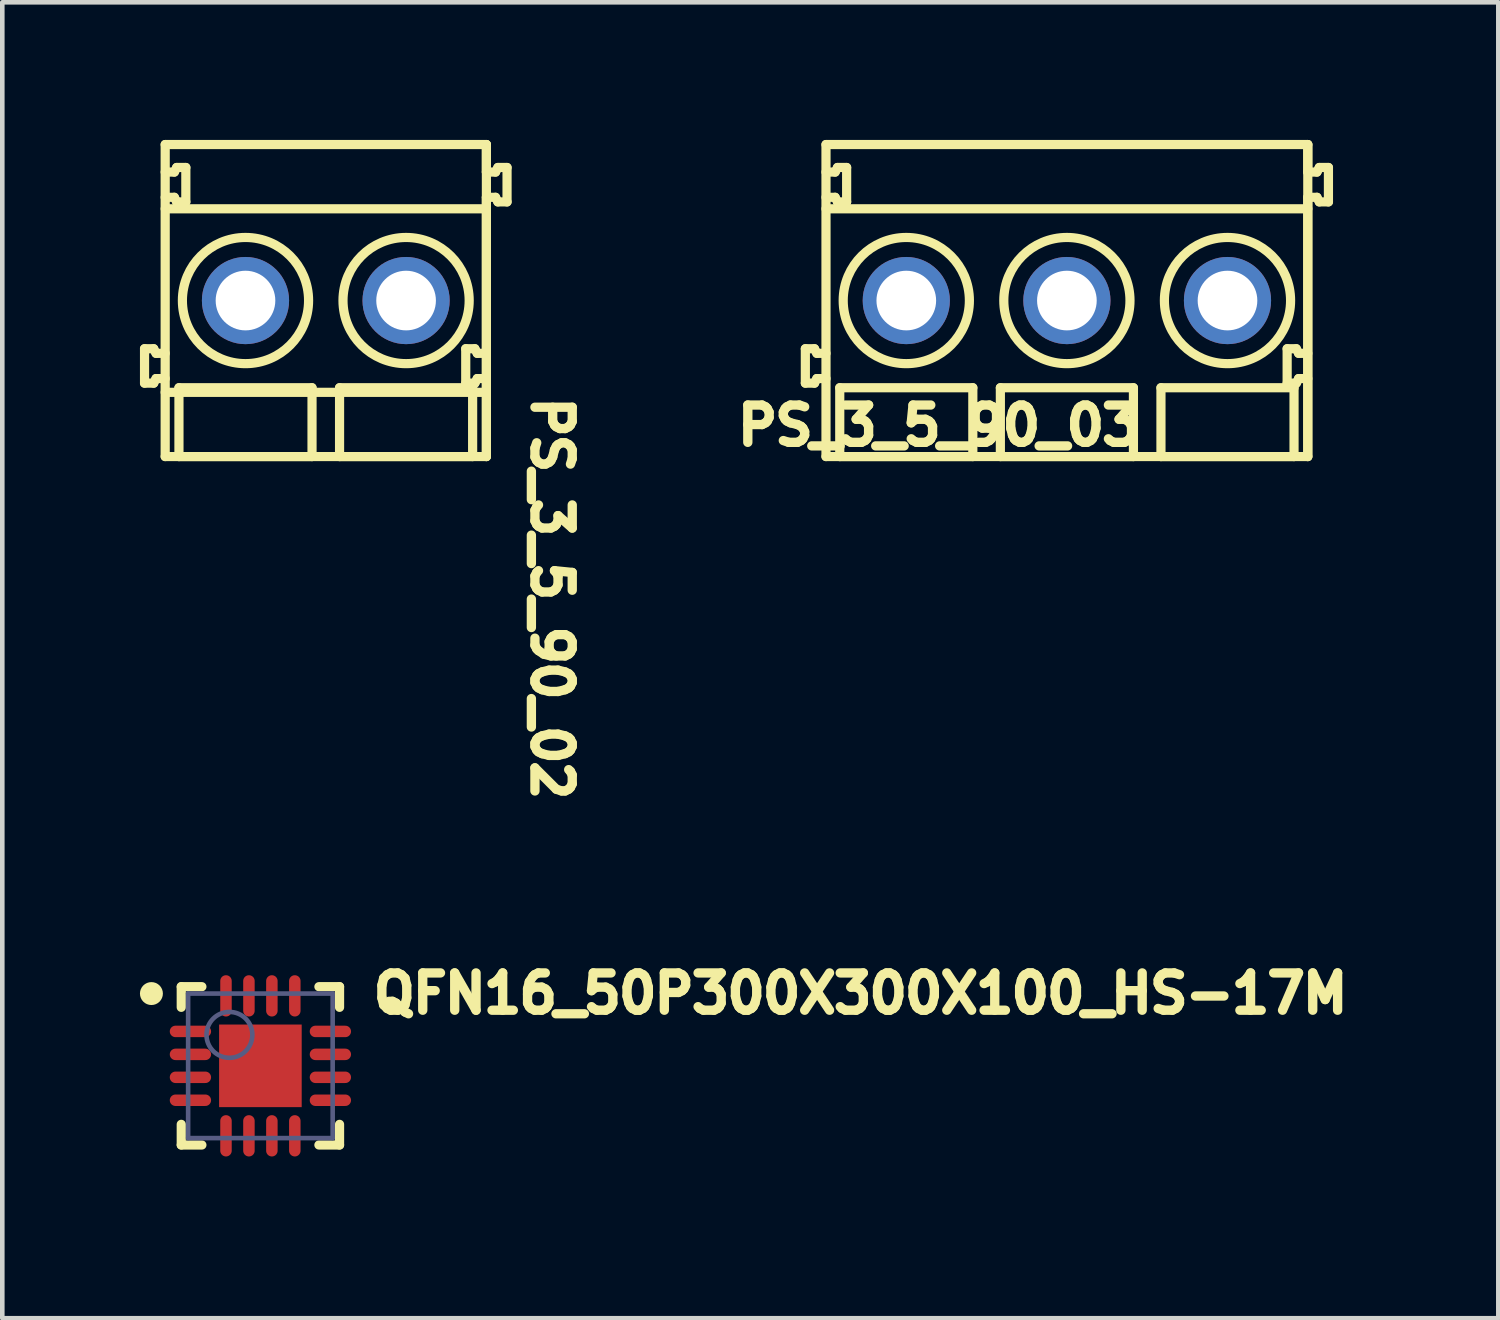
<source format=kicad_pcb>
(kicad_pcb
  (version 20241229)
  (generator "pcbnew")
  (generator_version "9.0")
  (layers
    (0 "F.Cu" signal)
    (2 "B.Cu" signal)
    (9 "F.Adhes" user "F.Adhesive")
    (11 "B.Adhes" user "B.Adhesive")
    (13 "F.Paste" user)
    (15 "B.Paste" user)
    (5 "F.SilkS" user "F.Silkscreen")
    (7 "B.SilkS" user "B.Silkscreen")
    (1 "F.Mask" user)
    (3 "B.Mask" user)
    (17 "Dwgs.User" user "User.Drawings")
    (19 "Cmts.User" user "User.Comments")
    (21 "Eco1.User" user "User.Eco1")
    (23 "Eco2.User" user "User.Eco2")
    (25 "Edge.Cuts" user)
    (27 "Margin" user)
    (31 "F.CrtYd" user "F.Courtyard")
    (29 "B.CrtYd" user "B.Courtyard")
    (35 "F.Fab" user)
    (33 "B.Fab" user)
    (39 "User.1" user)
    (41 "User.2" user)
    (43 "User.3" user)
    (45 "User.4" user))
  (footprint "QFN16_50P300X300X100_HS-17M"
    (layer "F.Cu")
    (at 2.625 20.178)
    (property "Reference" "QFN16_50P300X300X100_HS-17M" (at 2.359 -1.102 0) (unlocked yes) (layer "F.SilkS") (effects (font (size 0.813 0.813) (thickness 0.203)) (justify left bottom)))
    (fp_line (start -1.725 -1.725) (end -1.275 -1.725) (stroke (width 0.2) (type solid)) (layer "F.SilkS"))
    (fp_line (start -1.725 -1.275) (end -1.725 -1.725) (stroke (width 0.2) (type solid)) (layer "F.SilkS"))
    (fp_line (start -1.725 1.725) (end -1.725 1.275) (stroke (width 0.2) (type solid)) (layer "F.SilkS"))
    (fp_line (start -1.725 1.725) (end -1.275 1.725) (stroke (width 0.2) (type solid)) (layer "F.SilkS"))
    (fp_line (start 1.275 -1.725) (end 1.725 -1.725) (stroke (width 0.2) (type solid)) (layer "F.SilkS"))
    (fp_line (start 1.275 1.725) (end 1.725 1.725) (stroke (width 0.2) (type solid)) (layer "F.SilkS"))
    (fp_line (start 1.725 -1.275) (end 1.725 -1.725) (stroke (width 0.2) (type solid)) (layer "F.SilkS"))
    (fp_line (start 1.725 1.725) (end 1.725 1.275) (stroke (width 0.2) (type solid)) (layer "F.SilkS"))
    (fp_circle (center -2.375 -1.575) (end -2.375 -1.7) (stroke (width 0.25) (type solid)) (fill no) (layer "F.SilkS"))
    (fp_line (start -2.475 -2.475) (end 2.475 -2.475) (stroke (width 0.05) (type solid)) (layer "Eco1.User"))
    (fp_line (start -2.475 2.475) (end -2.475 -2.475) (stroke (width 0.05) (type solid)) (layer "Eco1.User"))
    (fp_line (start -2.475 2.475) (end 2.475 2.475) (stroke (width 0.05) (type solid)) (layer "Eco1.User"))
    (fp_line (start -0.5 0) (end 0.5 0) (stroke (width 0.1) (type solid)) (layer "Eco1.User"))
    (fp_line (start 0 0.5) (end 0 -0.5) (stroke (width 0.1) (type solid)) (layer "Eco1.User"))
    (fp_line (start 2.475 2.475) (end 2.475 -2.475) (stroke (width 0.05) (type solid)) (layer "Eco1.User"))
    (fp_line (start -1.575 -1.575) (end 1.575 -1.575) (stroke (width 0.1) (type solid)) (layer "B.Fab"))
    (fp_line (start -1.575 1.575) (end -1.575 -1.575) (stroke (width 0.1) (type solid)) (layer "B.Fab"))
    (fp_line (start -1.575 1.575) (end 1.575 1.575) (stroke (width 0.1) (type solid)) (layer "B.Fab"))
    (fp_line (start 1.575 1.575) (end 1.575 -1.575) (stroke (width 0.1) (type solid)) (layer "B.Fab"))
    (fp_circle (center -0.675 -0.675) (end -0.675 -1.175) (stroke (width 0.1) (type solid)) (fill no) (layer "B.Fab"))
    (pad "1" smd oval (at -1.525 -0.75 90) (size 0.25 0.9) (layers "F.Cu" "F.Mask" "F.Paste"))
    (pad "2" smd oval (at -1.525 -0.25 90) (size 0.25 0.9) (layers "F.Cu" "F.Mask" "F.Paste"))
    (pad "3" smd oval (at -1.525 0.25 90) (size 0.25 0.9) (layers "F.Cu" "F.Mask" "F.Paste"))
    (pad "4" smd oval (at -1.525 0.75 90) (size 0.25 0.9) (layers "F.Cu" "F.Mask" "F.Paste"))
    (pad "5" smd oval (at -0.75 1.525) (size 0.25 0.9) (layers "F.Cu" "F.Mask" "F.Paste"))
    (pad "6" smd oval (at -0.25 1.525) (size 0.25 0.9) (layers "F.Cu" "F.Mask" "F.Paste"))
    (pad "7" smd oval (at 0.25 1.525) (size 0.25 0.9) (layers "F.Cu" "F.Mask" "F.Paste"))
    (pad "8" smd oval (at 0.75 1.525) (size 0.25 0.9) (layers "F.Cu" "F.Mask" "F.Paste"))
    (pad "9" smd oval (at 1.525 0.75 90) (size 0.25 0.9) (layers "F.Cu" "F.Mask" "F.Paste"))
    (pad "10" smd oval (at 1.525 0.25 90) (size 0.25 0.9) (layers "F.Cu" "F.Mask" "F.Paste"))
    (pad "11" smd oval (at 1.525 -0.25 90) (size 0.25 0.9) (layers "F.Cu" "F.Mask" "F.Paste"))
    (pad "12" smd oval (at 1.525 -0.75 90) (size 0.25 0.9) (layers "F.Cu" "F.Mask" "F.Paste"))
    (pad "13" smd oval (at 0.75 -1.525) (size 0.25 0.9) (layers "F.Cu" "F.Mask" "F.Paste"))
    (pad "14" smd oval (at 0.25 -1.525) (size 0.25 0.9) (layers "F.Cu" "F.Mask" "F.Paste"))
    (pad "15" smd oval (at -0.25 -1.525) (size 0.25 0.9) (layers "F.Cu" "F.Mask" "F.Paste"))
    (pad "16" smd oval (at -0.75 -1.525) (size 0.25 0.9) (layers "F.Cu" "F.Mask" "F.Paste"))
    (pad "17" smd rect (at 0 0) (size 1.8 1.8) (layers "F.Cu" "F.Mask" "F.Paste")))
  (footprint "PS_3_5_90_02"
    (layer "F.Cu")
    (at 4.05 3.5)
    (property "Reference" "PS_3_5_90_02" (at 4.448 1.998 270) (unlocked yes) (layer "F.SilkS") (effects (font (size 0.813 0.813) (thickness 0.203)) (justify left bottom)))
    (fp_line (start -3.95 1.05) (end -3.95 1.8) (stroke (width 0.2) (type solid)) (layer "F.SilkS"))
    (fp_line (start -3.75 1.05) (end -3.95 1.05) (stroke (width 0.2) (type solid)) (layer "F.SilkS"))
    (fp_line (start -3.75 1.8) (end -3.95 1.8) (stroke (width 0.2) (type solid)) (layer "F.SilkS"))
    (fp_line (start -3.7 1.15) (end -3.75 1.05) (stroke (width 0.2) (type solid)) (layer "F.SilkS"))
    (fp_line (start -3.7 1.7) (end -3.75 1.8) (stroke (width 0.2) (type solid)) (layer "F.SilkS"))
    (fp_line (start -3.5 -3.4) (end -3.5 3.4) (stroke (width 0.2) (type solid)) (layer "F.SilkS"))
    (fp_line (start -3.5 1.15) (end -3.7 1.15) (stroke (width 0.2) (type solid)) (layer "F.SilkS"))
    (fp_line (start -3.5 1.7) (end -3.7 1.7) (stroke (width 0.2) (type solid)) (layer "F.SilkS"))
    (fp_line (start -3.3 -2.8) (end -3.5 -2.8) (stroke (width 0.2) (type solid)) (layer "F.SilkS"))
    (fp_line (start -3.3 -2.25) (end -3.5 -2.25) (stroke (width 0.2) (type solid)) (layer "F.SilkS"))
    (fp_line (start -3.25 -2.9) (end -3.3 -2.8) (stroke (width 0.2) (type solid)) (layer "F.SilkS"))
    (fp_line (start -3.25 -2.15) (end -3.3 -2.25) (stroke (width 0.2) (type solid)) (layer "F.SilkS"))
    (fp_line (start -3.2 1.9) (end -3.2 3.4) (stroke (width 0.2) (type solid)) (layer "F.SilkS"))
    (fp_line (start -3.05 -2.9) (end -3.25 -2.9) (stroke (width 0.2) (type solid)) (layer "F.SilkS"))
    (fp_line (start -3.05 -2.9) (end -3.05 -2.15) (stroke (width 0.2) (type solid)) (layer "F.SilkS"))
    (fp_line (start -3.05 -2.15) (end -3.25 -2.15) (stroke (width 0.2) (type solid)) (layer "F.SilkS"))
    (fp_line (start -0.3 1.9) (end -3.2 1.9) (stroke (width 0.2) (type solid)) (layer "F.SilkS"))
    (fp_line (start -0.3 1.9) (end -0.3 3.4) (stroke (width 0.2) (type solid)) (layer "F.SilkS"))
    (fp_line (start -0.3 3.4) (end -3.2 3.4) (stroke (width 0.2) (type solid)) (layer "F.SilkS"))
    (fp_line (start 0.3 1.9) (end 0.3 3.4) (stroke (width 0.2) (type solid)) (layer "F.SilkS"))
    (fp_line (start 3.05 1.05) (end 3.05 1.8) (stroke (width 0.2) (type solid)) (layer "F.SilkS"))
    (fp_line (start 3.2 1.9) (end 0.3 1.9) (stroke (width 0.2) (type solid)) (layer "F.SilkS"))
    (fp_line (start 3.2 1.9) (end 3.2 3.4) (stroke (width 0.2) (type solid)) (layer "F.SilkS"))
    (fp_line (start 3.2 3.4) (end 0.3 3.4) (stroke (width 0.2) (type solid)) (layer "F.SilkS"))
    (fp_line (start 3.25 1.05) (end 3.05 1.05) (stroke (width 0.2) (type solid)) (layer "F.SilkS"))
    (fp_line (start 3.25 1.8) (end 3.05 1.8) (stroke (width 0.2) (type solid)) (layer "F.SilkS"))
    (fp_line (start 3.3 1.15) (end 3.25 1.05) (stroke (width 0.2) (type solid)) (layer "F.SilkS"))
    (fp_line (start 3.3 1.7) (end 3.25 1.8) (stroke (width 0.2) (type solid)) (layer "F.SilkS"))
    (fp_line (start 3.5 -3.4) (end -3.5 -3.4) (stroke (width 0.2) (type solid)) (layer "F.SilkS"))
    (fp_line (start 3.5 -3.4) (end 3.5 -2.8) (stroke (width 0.2) (type solid)) (layer "F.SilkS"))
    (fp_line (start 3.5 -3.4) (end 3.5 3.4) (stroke (width 0.2) (type solid)) (layer "F.SilkS"))
    (fp_line (start 3.5 -2.25) (end 3.5 3.4) (stroke (width 0.2) (type solid)) (layer "F.SilkS"))
    (fp_line (start 3.5 -2) (end -3.5 -2) (stroke (width 0.2) (type solid)) (layer "F.SilkS"))
    (fp_line (start 3.5 1.15) (end 3.3 1.15) (stroke (width 0.2) (type solid)) (layer "F.SilkS"))
    (fp_line (start 3.5 1.7) (end 3.3 1.7) (stroke (width 0.2) (type solid)) (layer "F.SilkS"))
    (fp_line (start 3.5 2) (end -3.5 2) (stroke (width 0.2) (type solid)) (layer "F.SilkS"))
    (fp_line (start 3.5 3.4) (end -3.5 3.4) (stroke (width 0.2) (type solid)) (layer "F.SilkS"))
    (fp_line (start 3.7 -2.8) (end 3.5 -2.8) (stroke (width 0.2) (type solid)) (layer "F.SilkS"))
    (fp_line (start 3.7 -2.25) (end 3.5 -2.25) (stroke (width 0.2) (type solid)) (layer "F.SilkS"))
    (fp_line (start 3.75 -2.9) (end 3.7 -2.8) (stroke (width 0.2) (type solid)) (layer "F.SilkS"))
    (fp_line (start 3.75 -2.15) (end 3.7 -2.25) (stroke (width 0.2) (type solid)) (layer "F.SilkS"))
    (fp_line (start 3.95 -2.9) (end 3.75 -2.9) (stroke (width 0.2) (type solid)) (layer "F.SilkS"))
    (fp_line (start 3.95 -2.9) (end 3.95 -2.15) (stroke (width 0.2) (type solid)) (layer "F.SilkS"))
    (fp_line (start 3.95 -2.15) (end 3.75 -2.15) (stroke (width 0.2) (type solid)) (layer "F.SilkS"))
    (fp_circle (center -1.75 0) (end -1.75 1.375) (stroke (width 0.2) (type solid)) (fill no) (layer "F.SilkS"))
    (fp_circle (center 1.75 0) (end 1.75 1.375) (stroke (width 0.2) (type solid)) (fill no) (layer "F.SilkS"))
    (fp_line (start -3.95 1.05) (end -3.95 1.8) (stroke (width 0.2) (type solid)) (layer "Eco1.User"))
    (fp_line (start -3.75 1.05) (end -3.95 1.05) (stroke (width 0.2) (type solid)) (layer "Eco1.User"))
    (fp_line (start -3.75 1.8) (end -3.95 1.8) (stroke (width 0.2) (type solid)) (layer "Eco1.User"))
    (fp_line (start -3.7 1.15) (end -3.75 1.05) (stroke (width 0.2) (type solid)) (layer "Eco1.User"))
    (fp_line (start -3.7 1.7) (end -3.75 1.8) (stroke (width 0.2) (type solid)) (layer "Eco1.User"))
    (fp_line (start -3.5 -3.4) (end -3.5 3.4) (stroke (width 0.2) (type solid)) (layer "Eco1.User"))
    (fp_line (start -3.5 1.15) (end -3.7 1.15) (stroke (width 0.2) (type solid)) (layer "Eco1.User"))
    (fp_line (start -3.5 1.7) (end -3.7 1.7) (stroke (width 0.2) (type solid)) (layer "Eco1.User"))
    (fp_line (start -3.3 -2.8) (end -3.5 -2.8) (stroke (width 0.2) (type solid)) (layer "Eco1.User"))
    (fp_line (start -3.3 -2.25) (end -3.5 -2.25) (stroke (width 0.2) (type solid)) (layer "Eco1.User"))
    (fp_line (start -3.25 -2.9) (end -3.3 -2.8) (stroke (width 0.2) (type solid)) (layer "Eco1.User"))
    (fp_line (start -3.25 -2.15) (end -3.3 -2.25) (stroke (width 0.2) (type solid)) (layer "Eco1.User"))
    (fp_line (start -3.05 -2.9) (end -3.25 -2.9) (stroke (width 0.2) (type solid)) (layer "Eco1.User"))
    (fp_line (start -3.05 -2.9) (end -3.05 -2.15) (stroke (width 0.2) (type solid)) (layer "Eco1.User"))
    (fp_line (start -3.05 -2.15) (end -3.25 -2.15) (stroke (width 0.2) (type solid)) (layer "Eco1.User"))
    (fp_line (start 0 -1) (end 0 1) (stroke (width 0.1) (type solid)) (layer "Eco1.User"))
    (fp_line (start 1 0) (end -1 0) (stroke (width 0.1) (type solid)) (layer "Eco1.User"))
    (fp_line (start 3.5 -3.4) (end -3.5 -3.4) (stroke (width 0.2) (type solid)) (layer "Eco1.User"))
    (fp_line (start 3.5 -3.4) (end 3.5 -2.8) (stroke (width 0.2) (type solid)) (layer "Eco1.User"))
    (fp_line (start 3.5 -2.25) (end 3.5 3.4) (stroke (width 0.2) (type solid)) (layer "Eco1.User"))
    (fp_line (start 3.5 3.4) (end -3.5 3.4) (stroke (width 0.2) (type solid)) (layer "Eco1.User"))
    (fp_line (start 3.7 -2.8) (end 3.5 -2.8) (stroke (width 0.2) (type solid)) (layer "Eco1.User"))
    (fp_line (start 3.7 -2.25) (end 3.5 -2.25) (stroke (width 0.2) (type solid)) (layer "Eco1.User"))
    (fp_line (start 3.75 -2.9) (end 3.7 -2.8) (stroke (width 0.2) (type solid)) (layer "Eco1.User"))
    (fp_line (start 3.75 -2.15) (end 3.7 -2.25) (stroke (width 0.2) (type solid)) (layer "Eco1.User"))
    (fp_line (start 3.95 -2.9) (end 3.75 -2.9) (stroke (width 0.2) (type solid)) (layer "Eco1.User"))
    (fp_line (start 3.95 -2.9) (end 3.95 -2.15) (stroke (width 0.2) (type solid)) (layer "Eco1.User"))
    (fp_line (start 3.95 -2.15) (end 3.75 -2.15) (stroke (width 0.2) (type solid)) (layer "Eco1.User"))
    (pad "A1" thru_hole circle (at -1.75 0) (size 1.9 1.9) (drill 1.3) (layers "*.Cu" "*.Mask"))
    (pad "A2" thru_hole circle (at 1.75 0) (size 1.9 1.9) (drill 1.3) (layers "*.Cu" "*.Mask")))
  (footprint "PS_3_5_90_03"
    (layer "F.Cu")
    (at 20.201 3.5)
    (property "Reference" "PS_3_5_90_03" (at -7.281 3.2 0) (unlocked yes) (layer "F.SilkS") (effects (font (size 0.813 0.813) (thickness 0.203)) (justify left bottom)))
    (fp_line (start -5.7 1.05) (end -5.5 1.05) (stroke (width 0.2) (type solid)) (layer "F.SilkS"))
    (fp_line (start -5.7 1.8) (end -5.7 1.05) (stroke (width 0.2) (type solid)) (layer "F.SilkS"))
    (fp_line (start -5.7 1.8) (end -5.5 1.8) (stroke (width 0.2) (type solid)) (layer "F.SilkS"))
    (fp_line (start -5.5 1.05) (end -5.45 1.15) (stroke (width 0.2) (type solid)) (layer "F.SilkS"))
    (fp_line (start -5.5 1.8) (end -5.45 1.7) (stroke (width 0.2) (type solid)) (layer "F.SilkS"))
    (fp_line (start -5.45 1.15) (end -5.25 1.15) (stroke (width 0.2) (type solid)) (layer "F.SilkS"))
    (fp_line (start -5.45 1.7) (end -5.25 1.7) (stroke (width 0.2) (type solid)) (layer "F.SilkS"))
    (fp_line (start -5.25 -3.4) (end 5.25 -3.4) (stroke (width 0.2) (type solid)) (layer "F.SilkS"))
    (fp_line (start -5.25 -2.8) (end -5.05 -2.8) (stroke (width 0.2) (type solid)) (layer "F.SilkS"))
    (fp_line (start -5.25 -2.25) (end -5.05 -2.25) (stroke (width 0.2) (type solid)) (layer "F.SilkS"))
    (fp_line (start -5.25 -2) (end 5.25 -2) (stroke (width 0.2) (type solid)) (layer "F.SilkS"))
    (fp_line (start -5.25 3.4) (end -5.25 -3.4) (stroke (width 0.2) (type solid)) (layer "F.SilkS"))
    (fp_line (start -5.25 3.4) (end 5.25 3.4) (stroke (width 0.2) (type solid)) (layer "F.SilkS"))
    (fp_line (start -5.05 -2.8) (end -5 -2.9) (stroke (width 0.2) (type solid)) (layer "F.SilkS"))
    (fp_line (start -5.05 -2.25) (end -5 -2.15) (stroke (width 0.2) (type solid)) (layer "F.SilkS"))
    (fp_line (start -5 -2.9) (end -4.8 -2.9) (stroke (width 0.2) (type solid)) (layer "F.SilkS"))
    (fp_line (start -5 -2.15) (end -4.8 -2.15) (stroke (width 0.2) (type solid)) (layer "F.SilkS"))
    (fp_line (start -4.95 1.9) (end -2.05 1.9) (stroke (width 0.2) (type solid)) (layer "F.SilkS"))
    (fp_line (start -4.95 3.4) (end -4.95 1.9) (stroke (width 0.2) (type solid)) (layer "F.SilkS"))
    (fp_line (start -4.95 3.4) (end -2.05 3.4) (stroke (width 0.2) (type solid)) (layer "F.SilkS"))
    (fp_line (start -4.8 -2.15) (end -4.8 -2.9) (stroke (width 0.2) (type solid)) (layer "F.SilkS"))
    (fp_line (start -2.05 3.4) (end -2.05 1.9) (stroke (width 0.2) (type solid)) (layer "F.SilkS"))
    (fp_line (start -1.45 1.9) (end 1.45 1.9) (stroke (width 0.2) (type solid)) (layer "F.SilkS"))
    (fp_line (start -1.45 3.4) (end -1.45 1.9) (stroke (width 0.2) (type solid)) (layer "F.SilkS"))
    (fp_line (start -1.45 3.4) (end 1.45 3.4) (stroke (width 0.2) (type solid)) (layer "F.SilkS"))
    (fp_line (start 1.45 3.4) (end 1.45 1.9) (stroke (width 0.2) (type solid)) (layer "F.SilkS"))
    (fp_line (start 2.05 1.9) (end 4.95 1.9) (stroke (width 0.2) (type solid)) (layer "F.SilkS"))
    (fp_line (start 2.05 3.4) (end 2.05 1.9) (stroke (width 0.2) (type solid)) (layer "F.SilkS"))
    (fp_line (start 2.05 3.4) (end 4.95 3.4) (stroke (width 0.2) (type solid)) (layer "F.SilkS"))
    (fp_line (start 4.8 1.05) (end 5 1.05) (stroke (width 0.2) (type solid)) (layer "F.SilkS"))
    (fp_line (start 4.8 1.8) (end 4.8 1.05) (stroke (width 0.2) (type solid)) (layer "F.SilkS"))
    (fp_line (start 4.8 1.8) (end 5 1.8) (stroke (width 0.2) (type solid)) (layer "F.SilkS"))
    (fp_line (start 4.95 3.4) (end 4.95 1.9) (stroke (width 0.2) (type solid)) (layer "F.SilkS"))
    (fp_line (start 5 1.05) (end 5.05 1.15) (stroke (width 0.2) (type solid)) (layer "F.SilkS"))
    (fp_line (start 5 1.8) (end 5.05 1.7) (stroke (width 0.2) (type solid)) (layer "F.SilkS"))
    (fp_line (start 5.05 1.15) (end 5.25 1.15) (stroke (width 0.2) (type solid)) (layer "F.SilkS"))
    (fp_line (start 5.05 1.7) (end 5.25 1.7) (stroke (width 0.2) (type solid)) (layer "F.SilkS"))
    (fp_line (start 5.25 -2.8) (end 5.25 -3.4) (stroke (width 0.2) (type solid)) (layer "F.SilkS"))
    (fp_line (start 5.25 -2.8) (end 5.45 -2.8) (stroke (width 0.2) (type solid)) (layer "F.SilkS"))
    (fp_line (start 5.25 -2.25) (end 5.45 -2.25) (stroke (width 0.2) (type solid)) (layer "F.SilkS"))
    (fp_line (start 5.25 3.4) (end 5.25 -3.4) (stroke (width 0.2) (type solid)) (layer "F.SilkS"))
    (fp_line (start 5.25 3.4) (end 5.25 -2.25) (stroke (width 0.2) (type solid)) (layer "F.SilkS"))
    (fp_line (start 5.45 -2.8) (end 5.5 -2.9) (stroke (width 0.2) (type solid)) (layer "F.SilkS"))
    (fp_line (start 5.45 -2.25) (end 5.5 -2.15) (stroke (width 0.2) (type solid)) (layer "F.SilkS"))
    (fp_line (start 5.5 -2.9) (end 5.7 -2.9) (stroke (width 0.2) (type solid)) (layer "F.SilkS"))
    (fp_line (start 5.5 -2.15) (end 5.7 -2.15) (stroke (width 0.2) (type solid)) (layer "F.SilkS"))
    (fp_line (start 5.7 -2.15) (end 5.7 -2.9) (stroke (width 0.2) (type solid)) (layer "F.SilkS"))
    (fp_circle (center -3.5 0) (end -3.5 -1.375) (stroke (width 0.2) (type solid)) (fill no) (layer "F.SilkS"))
    (fp_circle (center 0 0) (end 0 -1.375) (stroke (width 0.2) (type solid)) (fill no) (layer "F.SilkS"))
    (fp_circle (center 3.5 0) (end 3.5 -1.375) (stroke (width 0.2) (type solid)) (fill no) (layer "F.SilkS"))
    (fp_line (start -5.7 1.05) (end -5.5 1.05) (stroke (width 0.2) (type solid)) (layer "Eco1.User"))
    (fp_line (start -5.7 1.8) (end -5.7 1.05) (stroke (width 0.2) (type solid)) (layer "Eco1.User"))
    (fp_line (start -5.7 1.8) (end -5.5 1.8) (stroke (width 0.2) (type solid)) (layer "Eco1.User"))
    (fp_line (start -5.5 1.05) (end -5.45 1.15) (stroke (width 0.2) (type solid)) (layer "Eco1.User"))
    (fp_line (start -5.5 1.8) (end -5.45 1.7) (stroke (width 0.2) (type solid)) (layer "Eco1.User"))
    (fp_line (start -5.45 1.15) (end -5.25 1.15) (stroke (width 0.2) (type solid)) (layer "Eco1.User"))
    (fp_line (start -5.45 1.7) (end -5.25 1.7) (stroke (width 0.2) (type solid)) (layer "Eco1.User"))
    (fp_line (start -5.25 -3.4) (end 5.25 -3.4) (stroke (width 0.2) (type solid)) (layer "Eco1.User"))
    (fp_line (start -5.25 -2.8) (end -5.05 -2.8) (stroke (width 0.2) (type solid)) (layer "Eco1.User"))
    (fp_line (start -5.25 -2.25) (end -5.05 -2.25) (stroke (width 0.2) (type solid)) (layer "Eco1.User"))
    (fp_line (start -5.25 3.4) (end -5.25 -3.4) (stroke (width 0.2) (type solid)) (layer "Eco1.User"))
    (fp_line (start -5.25 3.4) (end 5.25 3.4) (stroke (width 0.2) (type solid)) (layer "Eco1.User"))
    (fp_line (start -5.05 -2.8) (end -5 -2.9) (stroke (width 0.2) (type solid)) (layer "Eco1.User"))
    (fp_line (start -5.05 -2.25) (end -5 -2.15) (stroke (width 0.2) (type solid)) (layer "Eco1.User"))
    (fp_line (start -5 -2.9) (end -4.8 -2.9) (stroke (width 0.2) (type solid)) (layer "Eco1.User"))
    (fp_line (start -5 -2.15) (end -4.8 -2.15) (stroke (width 0.2) (type solid)) (layer "Eco1.User"))
    (fp_line (start -4.8 -2.15) (end -4.8 -2.9) (stroke (width 0.2) (type solid)) (layer "Eco1.User"))
    (fp_line (start -1 -0.002) (end 1 -0.002) (stroke (width 0.1) (type solid)) (layer "Eco1.User"))
    (fp_line (start 0 0.998) (end 0 -1.002) (stroke (width 0.1) (type solid)) (layer "Eco1.User"))
    (fp_line (start 5.25 -2.8) (end 5.25 -3.4) (stroke (width 0.2) (type solid)) (layer "Eco1.User"))
    (fp_line (start 5.25 -2.8) (end 5.45 -2.8) (stroke (width 0.2) (type solid)) (layer "Eco1.User"))
    (fp_line (start 5.25 -2.25) (end 5.45 -2.25) (stroke (width 0.2) (type solid)) (layer "Eco1.User"))
    (fp_line (start 5.25 3.4) (end 5.25 -2.25) (stroke (width 0.2) (type solid)) (layer "Eco1.User"))
    (fp_line (start 5.45 -2.8) (end 5.5 -2.9) (stroke (width 0.2) (type solid)) (layer "Eco1.User"))
    (fp_line (start 5.45 -2.25) (end 5.5 -2.15) (stroke (width 0.2) (type solid)) (layer "Eco1.User"))
    (fp_line (start 5.5 -2.9) (end 5.7 -2.9) (stroke (width 0.2) (type solid)) (layer "Eco1.User"))
    (fp_line (start 5.5 -2.15) (end 5.7 -2.15) (stroke (width 0.2) (type solid)) (layer "Eco1.User"))
    (fp_line (start 5.7 -2.15) (end 5.7 -2.9) (stroke (width 0.2) (type solid)) (layer "Eco1.User"))
    (pad "A1" thru_hole circle (at -3.5 0) (size 1.9 1.9) (drill 1.3) (layers "*.Cu" "*.Mask"))
    (pad "A2" thru_hole circle (at 0 0) (size 1.9 1.9) (drill 1.3) (layers "*.Cu" "*.Mask"))
    (pad "A3" thru_hole circle (at 3.5 0) (size 1.9 1.9) (drill 1.3) (layers "*.Cu" "*.Mask")))
  (gr_rect
    (start -3 -3)
    (end 29.603 25.678)
    (stroke (width 0.1) (type default))
    (fill no)
    (layer "Edge.Cuts")))
</source>
